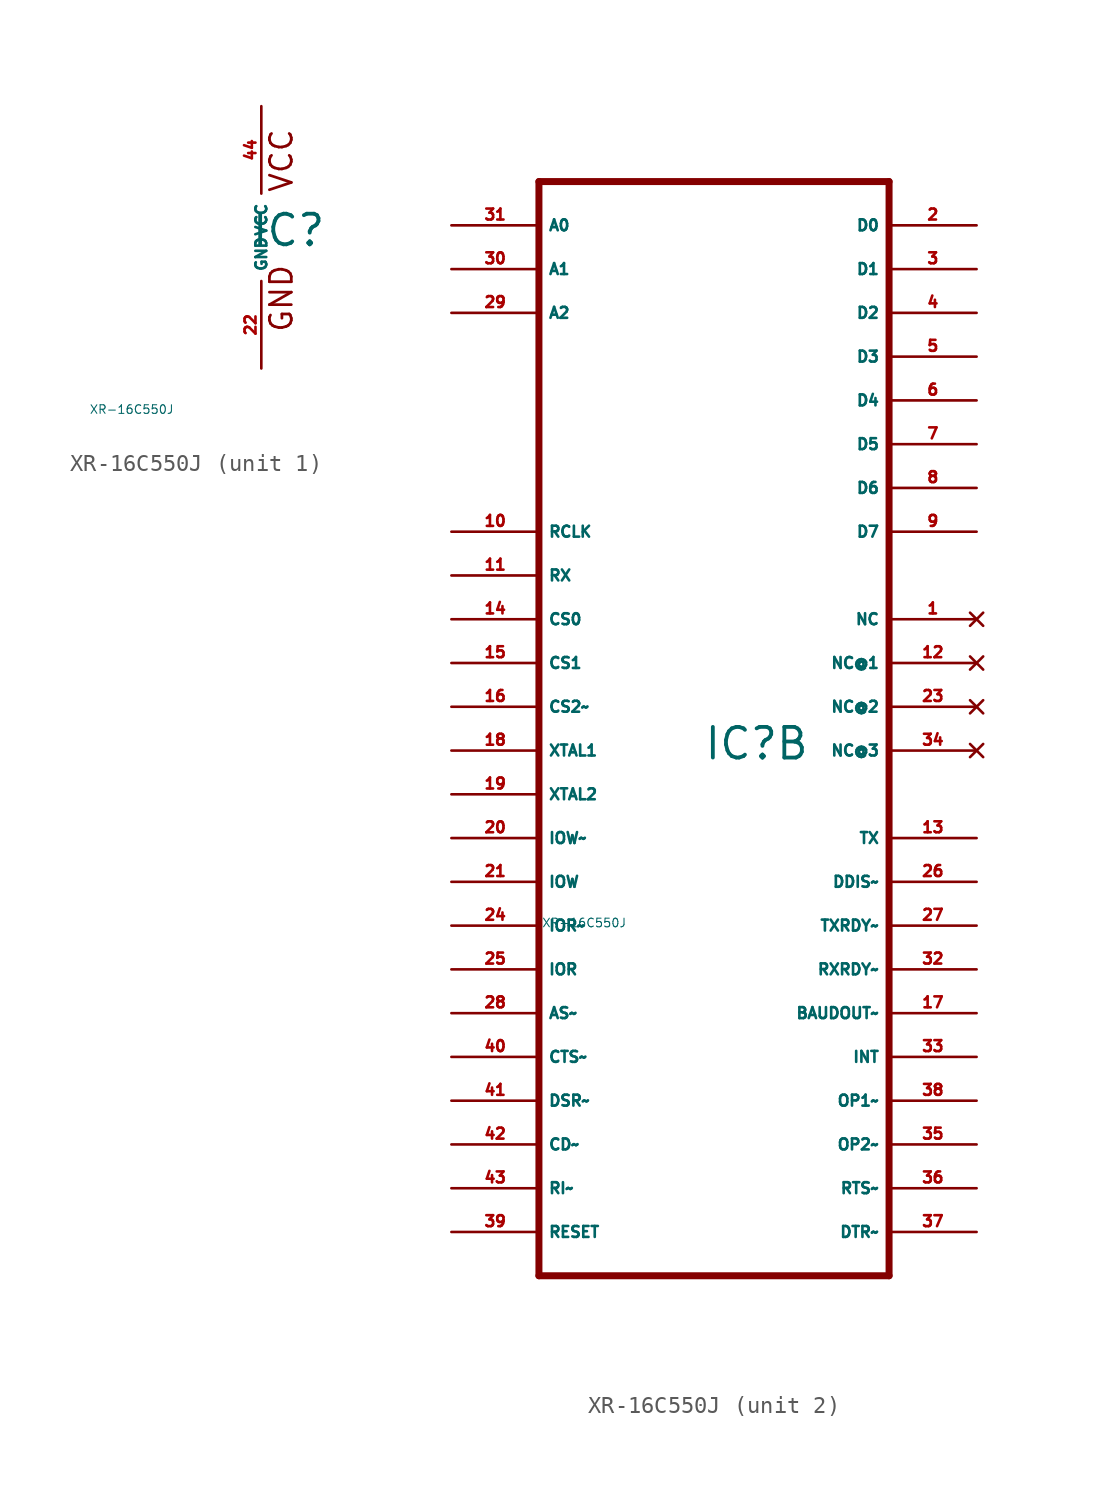
<source format=kicad_sym>
(kicad_symbol_lib
  (version 20220914)
  (generator Eagle2Kicad)
  (symbol "XR-16C550J"
    (property "Reference" "IC"
      (at -0.635 -0.635 0)
      (effects (font (size 1.778 1.778) (thickness 0.22)) (justify left bottom)))
    (property "Value" "XR-16C550J"
      (at -10 -10 0)
      (effects (font (size 0.5 0.5) (thickness 0.06)) (justify left)))
    (symbol "XR-16C550J_1_0"
      (text "GND" (at 1.905 -5.588 900) (effects (font (size 1.27 1.27) (thickness 0.16)) (justify left bottom)))
      (text "VCC" (at 1.905 2.54 900) (effects (font (size 1.27 1.27) (thickness 0.16)) (justify left bottom)))
      (pin unspecified line (at 0 7.62 270) (length 5.08) (name "VCC" (effects (font (size 0.635 0.635) (thickness 0.08)) (justify left bottom))) (number "44" (effects (font (size 0.635 0.635) (thickness 0.08)) (justify left bottom))))
      (pin unspecified line (at 0 -7.62 90) (length 5.08) (name "GND" (effects (font (size 0.635 0.635) (thickness 0.08)) (justify left bottom))) (number "22" (effects (font (size 0.635 0.635) (thickness 0.08)) (justify left bottom)))))
    (symbol "XR-16C550J_2_0"
      (polyline (pts (xy -10.16 -30.48) (xy 10.16 -30.48)) (stroke (width 0.406) (type default)) (fill (type none)))
      (polyline (pts (xy 10.16 -30.48) (xy 10.16 33.02)) (stroke (width 0.406) (type default)) (fill (type none)))
      (polyline (pts (xy 10.16 33.02) (xy -10.16 33.02)) (stroke (width 0.406) (type default)) (fill (type none)))
      (polyline (pts (xy -10.16 33.02) (xy -10.16 -30.48)) (stroke (width 0.406) (type default)) (fill (type none)))
      (pin bidirectional line (at 15.24 30.48 180) (length 5.08) (name "D0" (effects (font (size 0.635 0.635) (thickness 0.08)) (justify left bottom))) (number "2" (effects (font (size 0.635 0.635) (thickness 0.08)) (justify left bottom))))
      (pin bidirectional line (at 15.24 27.94 180) (length 5.08) (name "D1" (effects (font (size 0.635 0.635) (thickness 0.08)) (justify left bottom))) (number "3" (effects (font (size 0.635 0.635) (thickness 0.08)) (justify left bottom))))
      (pin bidirectional line (at 15.24 25.4 180) (length 5.08) (name "D2" (effects (font (size 0.635 0.635) (thickness 0.08)) (justify left bottom))) (number "4" (effects (font (size 0.635 0.635) (thickness 0.08)) (justify left bottom))))
      (pin bidirectional line (at 15.24 22.86 180) (length 5.08) (name "D3" (effects (font (size 0.635 0.635) (thickness 0.08)) (justify left bottom))) (number "5" (effects (font (size 0.635 0.635) (thickness 0.08)) (justify left bottom))))
      (pin bidirectional line (at 15.24 20.32 180) (length 5.08) (name "D4" (effects (font (size 0.635 0.635) (thickness 0.08)) (justify left bottom))) (number "6" (effects (font (size 0.635 0.635) (thickness 0.08)) (justify left bottom))))
      (pin bidirectional line (at 15.24 17.78 180) (length 5.08) (name "D5" (effects (font (size 0.635 0.635) (thickness 0.08)) (justify left bottom))) (number "7" (effects (font (size 0.635 0.635) (thickness 0.08)) (justify left bottom))))
      (pin bidirectional line (at 15.24 15.24 180) (length 5.08) (name "D6" (effects (font (size 0.635 0.635) (thickness 0.08)) (justify left bottom))) (number "8" (effects (font (size 0.635 0.635) (thickness 0.08)) (justify left bottom))))
      (pin bidirectional line (at 15.24 12.7 180) (length 5.08) (name "D7" (effects (font (size 0.635 0.635) (thickness 0.08)) (justify left bottom))) (number "9" (effects (font (size 0.635 0.635) (thickness 0.08)) (justify left bottom))))
      (pin input line (at -15.24 30.48 0) (length 5.08) (name "A0" (effects (font (size 0.635 0.635) (thickness 0.08)) (justify left bottom))) (number "31" (effects (font (size 0.635 0.635) (thickness 0.08)) (justify left bottom))))
      (pin input line (at -15.24 27.94 0) (length 5.08) (name "A1" (effects (font (size 0.635 0.635) (thickness 0.08)) (justify left bottom))) (number "30" (effects (font (size 0.635 0.635) (thickness 0.08)) (justify left bottom))))
      (pin input line (at -15.24 25.4 0) (length 5.08) (name "A2" (effects (font (size 0.635 0.635) (thickness 0.08)) (justify left bottom))) (number "29" (effects (font (size 0.635 0.635) (thickness 0.08)) (justify left bottom))))
      (pin input line (at -15.24 12.7 0) (length 5.08) (name "RCLK" (effects (font (size 0.635 0.635) (thickness 0.08)) (justify left bottom))) (number "10" (effects (font (size 0.635 0.635) (thickness 0.08)) (justify left bottom))))
      (pin input line (at -15.24 10.16 0) (length 5.08) (name "RX" (effects (font (size 0.635 0.635) (thickness 0.08)) (justify left bottom))) (number "11" (effects (font (size 0.635 0.635) (thickness 0.08)) (justify left bottom))))
      (pin input line (at -15.24 7.62 0) (length 5.08) (name "CS0" (effects (font (size 0.635 0.635) (thickness 0.08)) (justify left bottom))) (number "14" (effects (font (size 0.635 0.635) (thickness 0.08)) (justify left bottom))))
      (pin input line (at -15.24 5.08 0) (length 5.08) (name "CS1" (effects (font (size 0.635 0.635) (thickness 0.08)) (justify left bottom))) (number "15" (effects (font (size 0.635 0.635) (thickness 0.08)) (justify left bottom))))
      (pin input line (at -15.24 2.54 0) (length 5.08) (name "CS2~" (effects (font (size 0.635 0.635) (thickness 0.08)) (justify left bottom))) (number "16" (effects (font (size 0.635 0.635) (thickness 0.08)) (justify left bottom))))
      (pin input line (at -15.24 0 0) (length 5.08) (name "XTAL1" (effects (font (size 0.635 0.635) (thickness 0.08)) (justify left bottom))) (number "18" (effects (font (size 0.635 0.635) (thickness 0.08)) (justify left bottom))))
      (pin input line (at -15.24 -2.54 0) (length 5.08) (name "XTAL2" (effects (font (size 0.635 0.635) (thickness 0.08)) (justify left bottom))) (number "19" (effects (font (size 0.635 0.635) (thickness 0.08)) (justify left bottom))))
      (pin input line (at -15.24 -5.08 0) (length 5.08) (name "IOW~" (effects (font (size 0.635 0.635) (thickness 0.08)) (justify left bottom))) (number "20" (effects (font (size 0.635 0.635) (thickness 0.08)) (justify left bottom))))
      (pin input line (at -15.24 -7.62 0) (length 5.08) (name "IOW" (effects (font (size 0.635 0.635) (thickness 0.08)) (justify left bottom))) (number "21" (effects (font (size 0.635 0.635) (thickness 0.08)) (justify left bottom))))
      (pin input line (at -15.24 -10.16 0) (length 5.08) (name "IOR~" (effects (font (size 0.635 0.635) (thickness 0.08)) (justify left bottom))) (number "24" (effects (font (size 0.635 0.635) (thickness 0.08)) (justify left bottom))))
      (pin input line (at -15.24 -12.7 0) (length 5.08) (name "IOR" (effects (font (size 0.635 0.635) (thickness 0.08)) (justify left bottom))) (number "25" (effects (font (size 0.635 0.635) (thickness 0.08)) (justify left bottom))))
      (pin input line (at -15.24 -15.24 0) (length 5.08) (name "AS~" (effects (font (size 0.635 0.635) (thickness 0.08)) (justify left bottom))) (number "28" (effects (font (size 0.635 0.635) (thickness 0.08)) (justify left bottom))))
      (pin input line (at -15.24 -17.78 0) (length 5.08) (name "CTS~" (effects (font (size 0.635 0.635) (thickness 0.08)) (justify left bottom))) (number "40" (effects (font (size 0.635 0.635) (thickness 0.08)) (justify left bottom))))
      (pin input line (at -15.24 -20.32 0) (length 5.08) (name "DSR~" (effects (font (size 0.635 0.635) (thickness 0.08)) (justify left bottom))) (number "41" (effects (font (size 0.635 0.635) (thickness 0.08)) (justify left bottom))))
      (pin input line (at -15.24 -22.86 0) (length 5.08) (name "CD~" (effects (font (size 0.635 0.635) (thickness 0.08)) (justify left bottom))) (number "42" (effects (font (size 0.635 0.635) (thickness 0.08)) (justify left bottom))))
      (pin input line (at -15.24 -25.4 0) (length 5.08) (name "RI~" (effects (font (size 0.635 0.635) (thickness 0.08)) (justify left bottom))) (number "43" (effects (font (size 0.635 0.635) (thickness 0.08)) (justify left bottom))))
      (pin input line (at -15.24 -27.94 0) (length 5.08) (name "RESET" (effects (font (size 0.635 0.635) (thickness 0.08)) (justify left bottom))) (number "39" (effects (font (size 0.635 0.635) (thickness 0.08)) (justify left bottom))))
      (pin output line (at 15.24 -5.08 180) (length 5.08) (name "TX" (effects (font (size 0.635 0.635) (thickness 0.08)) (justify left bottom))) (number "13" (effects (font (size 0.635 0.635) (thickness 0.08)) (justify left bottom))))
      (pin output line (at 15.24 -15.24 180) (length 5.08) (name "BAUDOUT~" (effects (font (size 0.635 0.635) (thickness 0.08)) (justify left bottom))) (number "17" (effects (font (size 0.635 0.635) (thickness 0.08)) (justify left bottom))))
      (pin output line (at 15.24 -7.62 180) (length 5.08) (name "DDIS~" (effects (font (size 0.635 0.635) (thickness 0.08)) (justify left bottom))) (number "26" (effects (font (size 0.635 0.635) (thickness 0.08)) (justify left bottom))))
      (pin output line (at 15.24 -10.16 180) (length 5.08) (name "TXRDY~" (effects (font (size 0.635 0.635) (thickness 0.08)) (justify left bottom))) (number "27" (effects (font (size 0.635 0.635) (thickness 0.08)) (justify left bottom))))
      (pin output line (at 15.24 -12.7 180) (length 5.08) (name "RXRDY~" (effects (font (size 0.635 0.635) (thickness 0.08)) (justify left bottom))) (number "32" (effects (font (size 0.635 0.635) (thickness 0.08)) (justify left bottom))))
      (pin output line (at 15.24 -17.78 180) (length 5.08) (name "INT" (effects (font (size 0.635 0.635) (thickness 0.08)) (justify left bottom))) (number "33" (effects (font (size 0.635 0.635) (thickness 0.08)) (justify left bottom))))
      (pin output line (at 15.24 -20.32 180) (length 5.08) (name "OP1~" (effects (font (size 0.635 0.635) (thickness 0.08)) (justify left bottom))) (number "38" (effects (font (size 0.635 0.635) (thickness 0.08)) (justify left bottom))))
      (pin output line (at 15.24 -22.86 180) (length 5.08) (name "OP2~" (effects (font (size 0.635 0.635) (thickness 0.08)) (justify left bottom))) (number "35" (effects (font (size 0.635 0.635) (thickness 0.08)) (justify left bottom))))
      (pin output line (at 15.24 -25.4 180) (length 5.08) (name "RTS~" (effects (font (size 0.635 0.635) (thickness 0.08)) (justify left bottom))) (number "36" (effects (font (size 0.635 0.635) (thickness 0.08)) (justify left bottom))))
      (pin output line (at 15.24 -27.94 180) (length 5.08) (name "DTR~" (effects (font (size 0.635 0.635) (thickness 0.08)) (justify left bottom))) (number "37" (effects (font (size 0.635 0.635) (thickness 0.08)) (justify left bottom))))
      (pin no_connect line (at 15.24 7.62 180) (length 5.08) (name "NC" (effects (font (size 0.635 0.635) (thickness 0.08)) (justify left bottom) hide)) (number "1" (effects (font (size 0.635 0.635) (thickness 0.08)) (justify left bottom) hide)))
      (pin no_connect line (at 15.24 5.08 180) (length 5.08) (name "NC@1" (effects (font (size 0.635 0.635) (thickness 0.08)) (justify left bottom) hide)) (number "12" (effects (font (size 0.635 0.635) (thickness 0.08)) (justify left bottom) hide)))
      (pin no_connect line (at 15.24 2.54 180) (length 5.08) (name "NC@2" (effects (font (size 0.635 0.635) (thickness 0.08)) (justify left bottom) hide)) (number "23" (effects (font (size 0.635 0.635) (thickness 0.08)) (justify left bottom) hide)))
      (pin no_connect line (at 15.24 0 180) (length 5.08) (name "NC@3" (effects (font (size 0.635 0.635) (thickness 0.08)) (justify left bottom) hide)) (number "34" (effects (font (size 0.635 0.635) (thickness 0.08)) (justify left bottom) hide))))))
</source>
